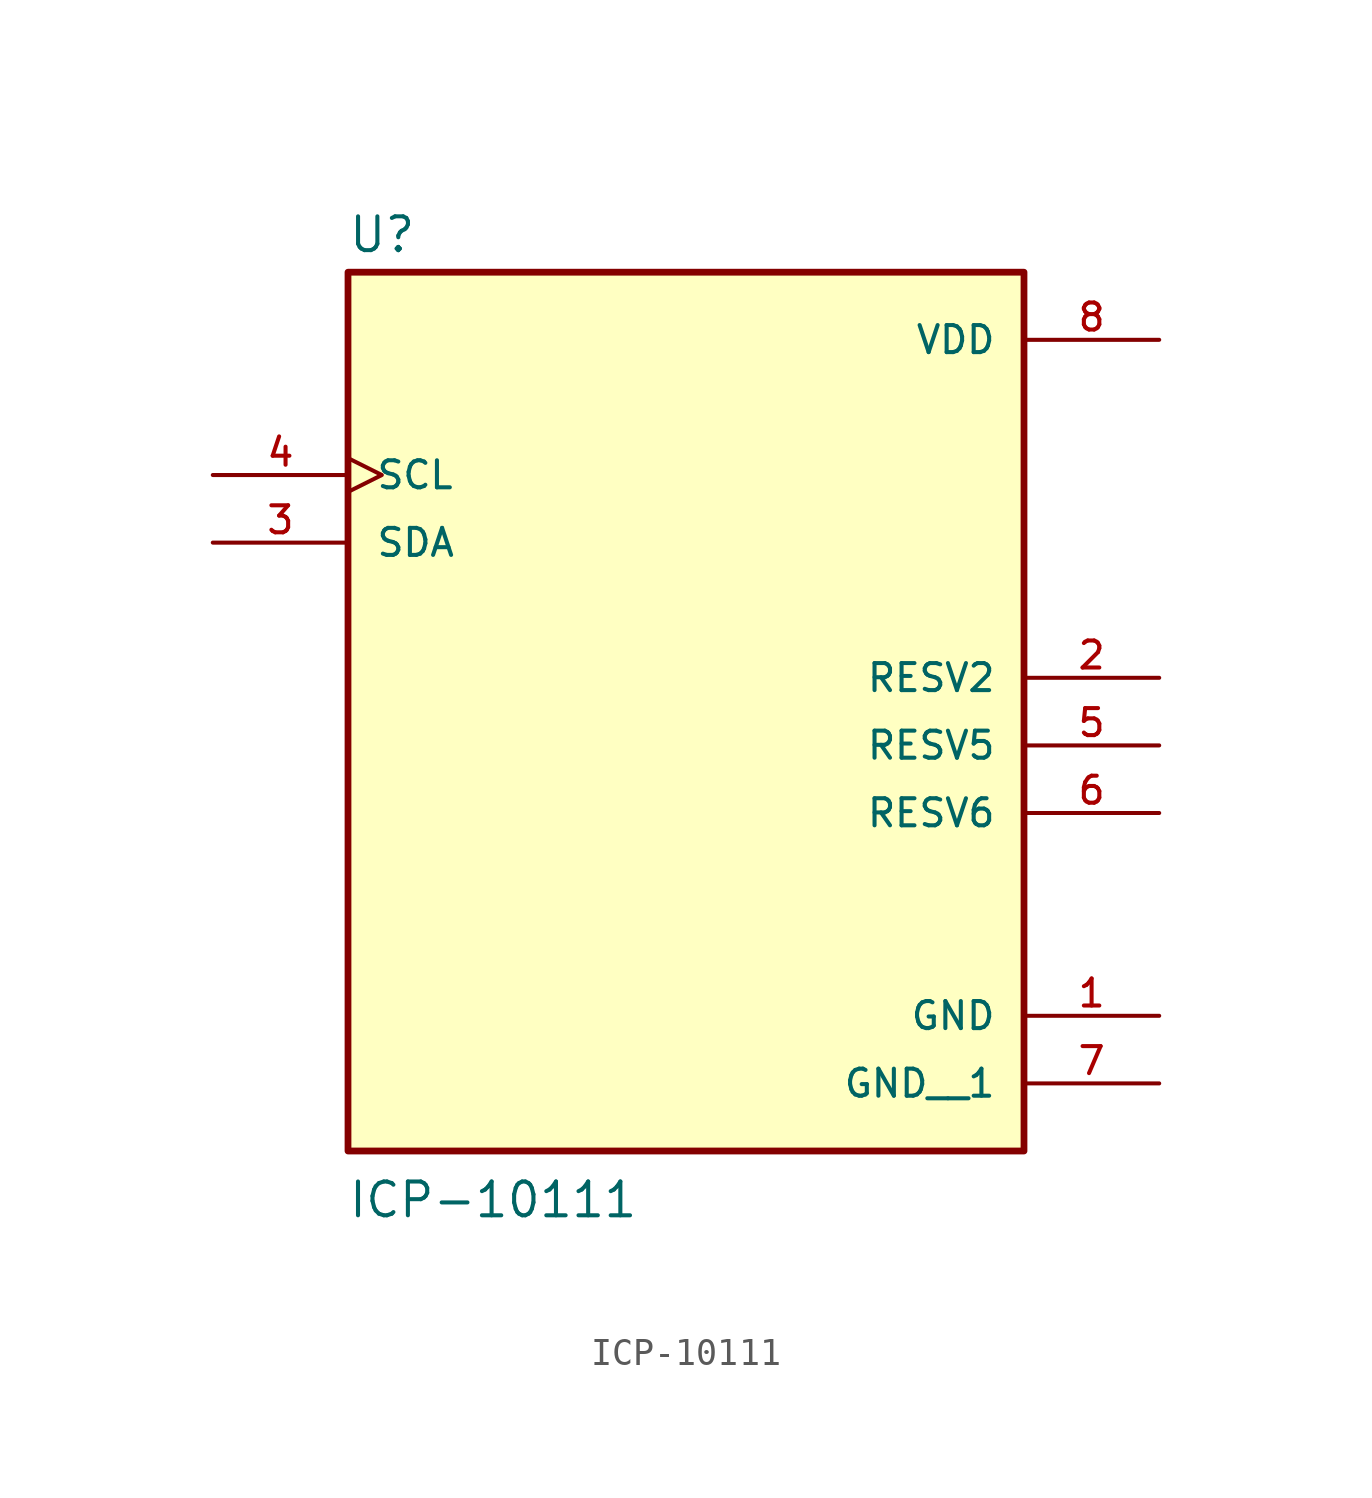
<source format=kicad_sym>
(kicad_symbol_lib
  (version 20211014)
  (generator kicad_symbol_editor)
  (symbol "ICP-10111"
    (pin_names
      (offset 1.016))
    (property "Reference" "U"
      (at -12.725 15.906 0)
      (effects (font (size 1.27 1.27)) (justify bottom left)))
    (property "Value" "ICP-10111"
      (at -12.727 -20.359 0)
      (effects (font (size 1.27 1.27)) (justify bottom left)))
    (symbol "ICP-10111_0_0"
      (rectangle (start -12.7 -17.78) (end 12.7 15.24) (stroke (width 0.254)) (fill (type background)))
      (pin input clock (at -17.78 7.62 0) (length 5.08) (name "SCL" (effects (font (size 1.016 1.016)))) (number "4" (effects (font (size 1.016 1.016)))))
      (pin bidirectional line (at -17.78 5.08 0) (length 5.08) (name "SDA" (effects (font (size 1.016 1.016)))) (number "3" (effects (font (size 1.016 1.016)))))
      (pin passive line (at 17.78 0.0 180.0) (length 5.08) (name "RESV2" (effects (font (size 1.016 1.016)))) (number "2" (effects (font (size 1.016 1.016)))))
      (pin power_in line (at 17.78 -12.7 180.0) (length 5.08) (name "GND" (effects (font (size 1.016 1.016)))) (number "1" (effects (font (size 1.016 1.016)))))
      (pin power_in line (at 17.78 12.7 180.0) (length 5.08) (name "VDD" (effects (font (size 1.016 1.016)))) (number "8" (effects (font (size 1.016 1.016)))))
      (pin passive line (at 17.78 -2.54 180.0) (length 5.08) (name "RESV5" (effects (font (size 1.016 1.016)))) (number "5" (effects (font (size 1.016 1.016)))))
      (pin passive line (at 17.78 -5.08 180.0) (length 5.08) (name "RESV6" (effects (font (size 1.016 1.016)))) (number "6" (effects (font (size 1.016 1.016)))))
      (pin power_in line (at 17.78 -15.24 180.0) (length 5.08) (name "GND__1" (effects (font (size 1.016 1.016)))) (number "7" (effects (font (size 1.016 1.016))))))))
</source>
